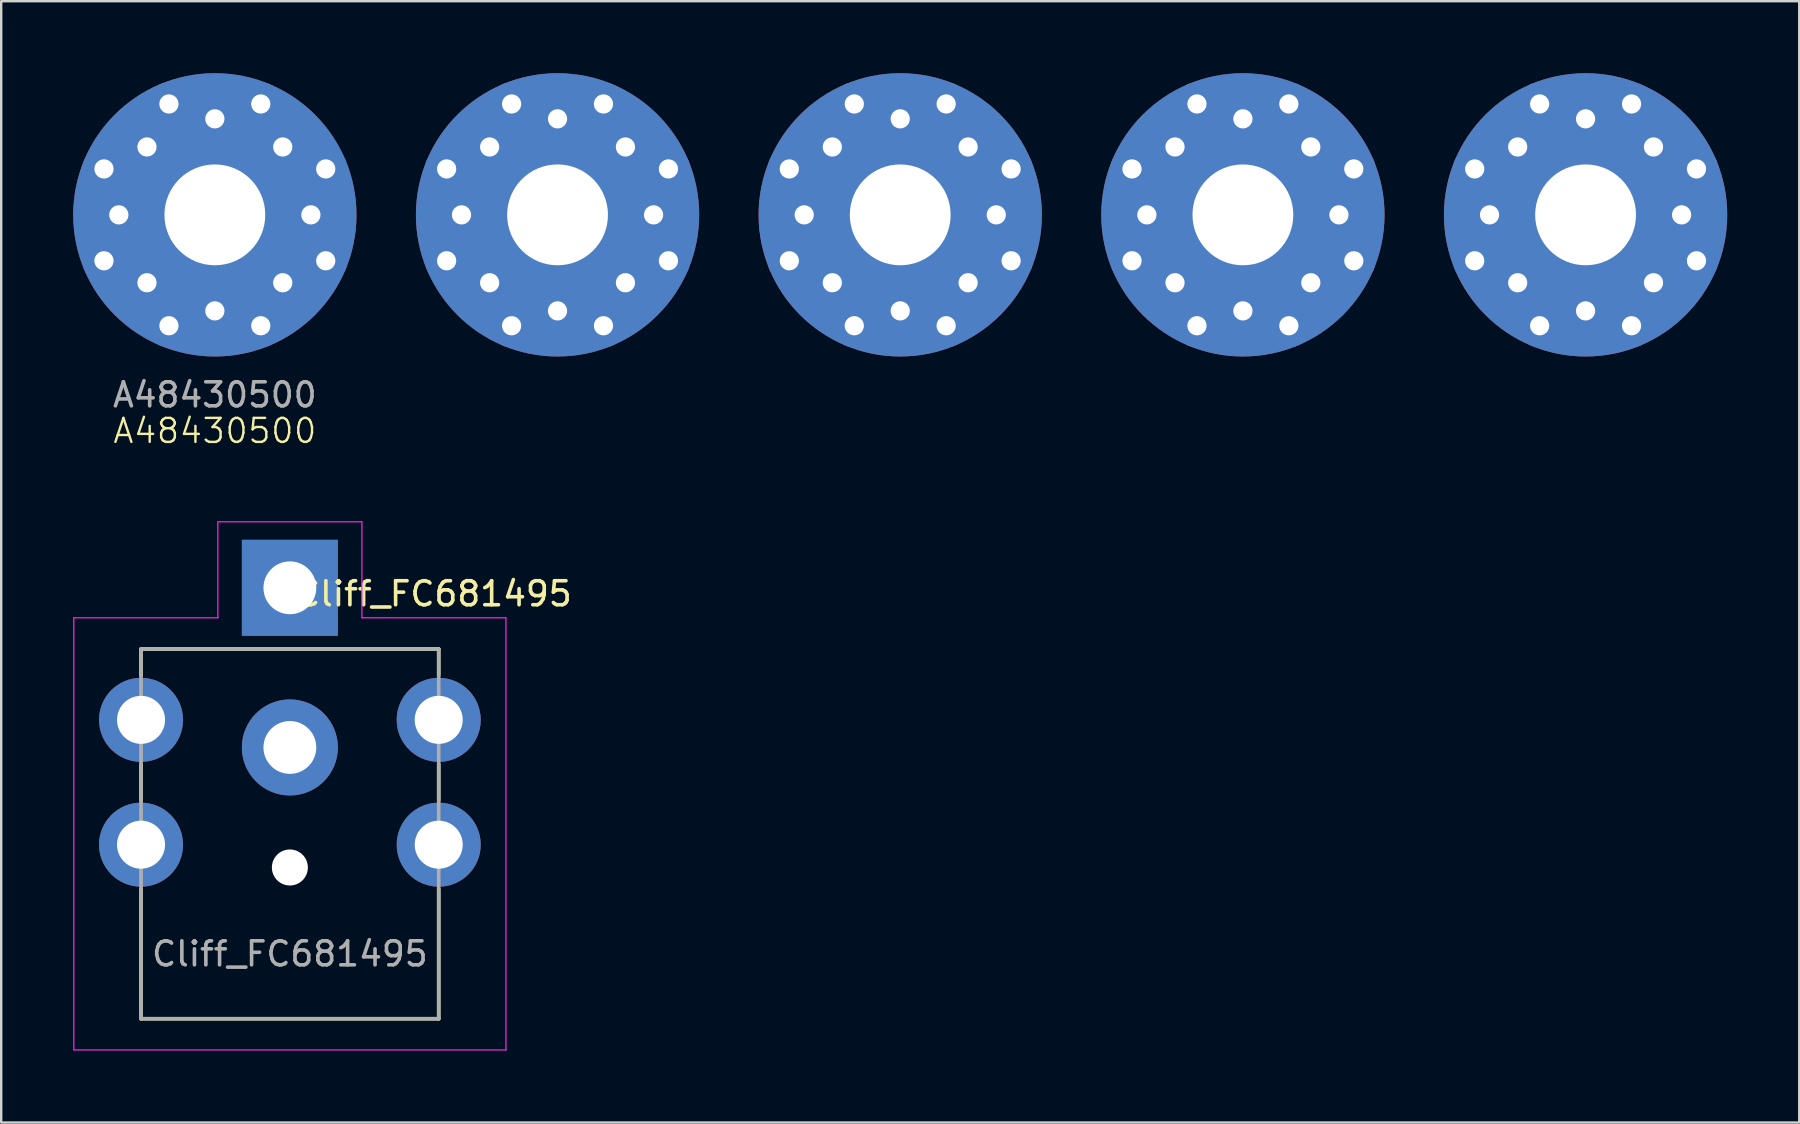
<source format=kicad_pcb>
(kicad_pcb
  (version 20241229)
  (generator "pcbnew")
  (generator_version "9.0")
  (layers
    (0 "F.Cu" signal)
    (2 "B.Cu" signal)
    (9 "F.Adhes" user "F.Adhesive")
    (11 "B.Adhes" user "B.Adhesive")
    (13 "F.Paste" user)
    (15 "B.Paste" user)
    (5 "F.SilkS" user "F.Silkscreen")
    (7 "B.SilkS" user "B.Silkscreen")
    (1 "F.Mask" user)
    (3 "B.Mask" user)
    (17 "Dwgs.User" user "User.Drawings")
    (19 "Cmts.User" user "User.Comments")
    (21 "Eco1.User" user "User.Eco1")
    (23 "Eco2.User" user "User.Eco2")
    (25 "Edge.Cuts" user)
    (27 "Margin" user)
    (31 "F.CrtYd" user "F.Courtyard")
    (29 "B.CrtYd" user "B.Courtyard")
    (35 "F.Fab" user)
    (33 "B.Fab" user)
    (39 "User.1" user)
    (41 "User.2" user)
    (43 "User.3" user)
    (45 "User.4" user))
  (footprint "Cliff_FC681495"
    (layer "F.Cu")
    (at 9.025 31.686)
    (property "Reference" "Cliff_FC681495" (at 6 -10 0) (layer "F.SilkS") (effects (font (size 1 1) (thickness 0.15))))
    (attr through_hole)
    (fp_line (start -6.2 -7.7) (end 6.2 -7.7) (stroke (width 0.15) (type solid)) (layer "F.SilkS"))
    (fp_line (start -6.2 -6.6) (end -6.2 -7.7) (stroke (width 0.15) (type solid)) (layer "F.SilkS"))
    (fp_line (start -6.2 -1.4) (end -6.2 -2.9) (stroke (width 0.15) (type solid)) (layer "F.SilkS"))
    (fp_line (start -6.2 7.7) (end -6.2 2.3) (stroke (width 0.15) (type solid)) (layer "F.SilkS"))
    (fp_line (start -6.2 7.7) (end 6.2 7.7) (stroke (width 0.15) (type solid)) (layer "F.SilkS"))
    (fp_line (start 6.2 -6.6) (end 6.2 -7.7) (stroke (width 0.15) (type solid)) (layer "F.SilkS"))
    (fp_line (start 6.2 -1.4) (end 6.2 -2.9) (stroke (width 0.15) (type solid)) (layer "F.SilkS"))
    (fp_line (start 6.2 7.7) (end 6.2 2.3) (stroke (width 0.15) (type solid)) (layer "F.SilkS"))
    (fp_line (start -9 -9) (end -3 -9) (stroke (width 0.05) (type solid)) (layer "F.CrtYd"))
    (fp_line (start -9 9) (end -9 -9) (stroke (width 0.05) (type solid)) (layer "F.CrtYd"))
    (fp_line (start -3 -13) (end 3 -13) (stroke (width 0.05) (type solid)) (layer "F.CrtYd"))
    (fp_line (start -3 -9) (end -3 -13) (stroke (width 0.05) (type solid)) (layer "F.CrtYd"))
    (fp_line (start 3 -13) (end 3 -9) (stroke (width 0.05) (type solid)) (layer "F.CrtYd"))
    (fp_line (start 3 -9) (end 9 -9) (stroke (width 0.05) (type solid)) (layer "F.CrtYd"))
    (fp_line (start 9 -9) (end 9 9) (stroke (width 0.05) (type solid)) (layer "F.CrtYd"))
    (fp_line (start 9 9) (end -9 9) (stroke (width 0.05) (type solid)) (layer "F.CrtYd"))
    (fp_line (start -6.2 -7.7) (end -6.2 7.7) (stroke (width 0.15) (type solid)) (layer "F.Fab"))
    (fp_line (start -6.2 7.7) (end 6.2 7.7) (stroke (width 0.15) (type solid)) (layer "F.Fab"))
    (fp_line (start 6.2 -7.7) (end -6.2 -7.7) (stroke (width 0.15) (type solid)) (layer "F.Fab"))
    (fp_line (start 6.2 7.7) (end 6.2 -7.7) (stroke (width 0.15) (type solid)) (layer "F.Fab"))
    (fp_text user "${REFERENCE}" (at 0 5 0) (layer "F.Fab") (effects (font (size 1 1) (thickness 0.15))))
    (pad "" np_thru_hole circle (at 0 1.4) (size 1.5 1.5) (drill 1.5) (layers "*.Cu" "*.Mask"))
    (pad "1" thru_hole rect (at 0 -10.25) (size 4 4) (drill 2.2) (layers "*.Cu" "*.Mask"))
    (pad "2" thru_hole circle (at 0 -3.6) (size 4 4) (drill 2.2) (layers "*.Cu" "*.Mask"))
    (pad "SH" thru_hole circle (at -6.2 -4.75) (size 3.5 3.5) (drill 2) (layers "*.Cu" "*.Mask"))
    (pad "SH" thru_hole circle (at -6.2 0.45) (size 3.5 3.5) (drill 2) (layers "*.Cu" "*.Mask"))
    (pad "SH" thru_hole circle (at 6.2 -4.75) (size 3.5 3.5) (drill 2) (layers "*.Cu" "*.Mask"))
    (pad "SH" thru_hole circle (at 6.2 0.45) (size 3.5 3.5) (drill 2) (layers "*.Cu" "*.Mask")))
  (footprint "A48430500"
    (layer "F.Cu")
    (at 5.9 5.9)
    (property "Reference" "A48430500" (at 0 9 0) (unlocked yes) (layer "F.SilkS") (effects (font (size 1 1) (thickness 0.1))))
    (attr through_hole)
    (fp_text user "${REFERENCE}" (at 0 7.5 0) (unlocked yes) (layer "F.Fab") (effects (font (size 1 1) (thickness 0.15))))
    (pad "1" thru_hole circle (at -4.619 -1.913 67.5) (size 1.8 1.8) (drill 0.8) (layers "*.Cu" "*.Mask"))
    (pad "1" thru_hole circle (at -4.619 1.913 112.5) (size 1.8 1.8) (drill 0.8) (layers "*.Cu" "*.Mask"))
    (pad "1" thru_hole circle (at -4 0 90) (size 1.8 1.8) (drill 0.8) (layers "*.Cu" "*.Mask"))
    (pad "1" thru_hole circle (at -2.828 -2.828 45) (size 1.8 1.8) (drill 0.8) (layers "*.Cu" "*.Mask"))
    (pad "1" thru_hole circle (at -2.828 2.828 135) (size 1.8 1.8) (drill 0.8) (layers "*.Cu" "*.Mask"))
    (pad "1" thru_hole circle (at -1.913 -4.619 22.5) (size 1.8 1.8) (drill 0.8) (layers "*.Cu" "*.Mask"))
    (pad "1" thru_hole circle (at -1.913 4.619 157.5) (size 1.8 1.8) (drill 0.8) (layers "*.Cu" "*.Mask"))
    (pad "1" thru_hole circle (at 0 -4) (size 1.8 1.8) (drill 0.8) (layers "*.Cu" "*.Mask"))
    (pad "1" thru_hole circle (at 0 0) (size 11.8 11.8) (drill 4.2) (layers "*.Cu" "*.Mask"))
    (pad "1" thru_hole circle (at 0 4) (size 1.8 1.8) (drill 0.8) (layers "*.Cu" "*.Mask"))
    (pad "1" thru_hole circle (at 1.913 -4.619 157.5) (size 1.8 1.8) (drill 0.8) (layers "*.Cu" "*.Mask"))
    (pad "1" thru_hole circle (at 1.913 4.619 22.5) (size 1.8 1.8) (drill 0.8) (layers "*.Cu" "*.Mask"))
    (pad "1" thru_hole circle (at 2.828 -2.828 135) (size 1.8 1.8) (drill 0.8) (layers "*.Cu" "*.Mask"))
    (pad "1" thru_hole circle (at 2.828 2.828 45) (size 1.8 1.8) (drill 0.8) (layers "*.Cu" "*.Mask"))
    (pad "1" thru_hole circle (at 4 0 90) (size 1.8 1.8) (drill 0.8) (layers "*.Cu" "*.Mask"))
    (pad "1" thru_hole circle (at 4.619 -1.913 112.5) (size 1.8 1.8) (drill 0.8) (layers "*.Cu" "*.Mask"))
    (pad "1" thru_hole circle (at 4.619 1.913 67.5) (size 1.8 1.8) (drill 0.8) (layers "*.Cu" "*.Mask"))
    (pad "2" thru_hole circle (at 9.655 -1.913 67.5) (size 1.8 1.8) (drill 0.8) (layers "*.Cu" "*.Mask"))
    (pad "2" thru_hole circle (at 9.655 1.913 112.5) (size 1.8 1.8) (drill 0.8) (layers "*.Cu" "*.Mask"))
    (pad "2" thru_hole circle (at 10.275 0 90) (size 1.8 1.8) (drill 0.8) (layers "*.Cu" "*.Mask"))
    (pad "2" thru_hole circle (at 11.446 -2.828 45) (size 1.8 1.8) (drill 0.8) (layers "*.Cu" "*.Mask"))
    (pad "2" thru_hole circle (at 11.446 2.828 135) (size 1.8 1.8) (drill 0.8) (layers "*.Cu" "*.Mask"))
    (pad "2" thru_hole circle (at 12.361 -4.619 22.5) (size 1.8 1.8) (drill 0.8) (layers "*.Cu" "*.Mask"))
    (pad "2" thru_hole circle (at 12.361 4.619 157.5) (size 1.8 1.8) (drill 0.8) (layers "*.Cu" "*.Mask"))
    (pad "2" thru_hole circle (at 14.275 -4) (size 1.8 1.8) (drill 0.8) (layers "*.Cu" "*.Mask"))
    (pad "2" thru_hole circle (at 14.275 0) (size 11.8 11.8) (drill 4.2) (layers "*.Cu" "*.Mask"))
    (pad "2" thru_hole circle (at 14.275 4) (size 1.8 1.8) (drill 0.8) (layers "*.Cu" "*.Mask"))
    (pad "2" thru_hole circle (at 16.188 -4.619 157.5) (size 1.8 1.8) (drill 0.8) (layers "*.Cu" "*.Mask"))
    (pad "2" thru_hole circle (at 16.188 4.619 22.5) (size 1.8 1.8) (drill 0.8) (layers "*.Cu" "*.Mask"))
    (pad "2" thru_hole circle (at 17.103 -2.828 135) (size 1.8 1.8) (drill 0.8) (layers "*.Cu" "*.Mask"))
    (pad "2" thru_hole circle (at 17.103 2.828 45) (size 1.8 1.8) (drill 0.8) (layers "*.Cu" "*.Mask"))
    (pad "2" thru_hole circle (at 18.275 0 90) (size 1.8 1.8) (drill 0.8) (layers "*.Cu" "*.Mask"))
    (pad "2" thru_hole circle (at 18.894 -1.913 112.5) (size 1.8 1.8) (drill 0.8) (layers "*.Cu" "*.Mask"))
    (pad "2" thru_hole circle (at 18.894 1.913 67.5) (size 1.8 1.8) (drill 0.8) (layers "*.Cu" "*.Mask"))
    (pad "3" thru_hole circle (at 23.93 -1.913 67.5) (size 1.8 1.8) (drill 0.8) (layers "*.Cu" "*.Mask"))
    (pad "3" thru_hole circle (at 23.93 1.913 112.5) (size 1.8 1.8) (drill 0.8) (layers "*.Cu" "*.Mask"))
    (pad "3" thru_hole circle (at 24.55 0 90) (size 1.8 1.8) (drill 0.8) (layers "*.Cu" "*.Mask"))
    (pad "3" thru_hole circle (at 25.721 -2.828 45) (size 1.8 1.8) (drill 0.8) (layers "*.Cu" "*.Mask"))
    (pad "3" thru_hole circle (at 25.721 2.828 135) (size 1.8 1.8) (drill 0.8) (layers "*.Cu" "*.Mask"))
    (pad "3" thru_hole circle (at 26.636 -4.619 22.5) (size 1.8 1.8) (drill 0.8) (layers "*.Cu" "*.Mask"))
    (pad "3" thru_hole circle (at 26.636 4.619 157.5) (size 1.8 1.8) (drill 0.8) (layers "*.Cu" "*.Mask"))
    (pad "3" thru_hole circle (at 28.55 -4) (size 1.8 1.8) (drill 0.8) (layers "*.Cu" "*.Mask"))
    (pad "3" thru_hole circle (at 28.55 0) (size 11.8 11.8) (drill 4.2) (layers "*.Cu" "*.Mask"))
    (pad "3" thru_hole circle (at 28.55 4) (size 1.8 1.8) (drill 0.8) (layers "*.Cu" "*.Mask"))
    (pad "3" thru_hole circle (at 30.463 -4.619 157.5) (size 1.8 1.8) (drill 0.8) (layers "*.Cu" "*.Mask"))
    (pad "3" thru_hole circle (at 30.463 4.619 22.5) (size 1.8 1.8) (drill 0.8) (layers "*.Cu" "*.Mask"))
    (pad "3" thru_hole circle (at 31.378 -2.828 135) (size 1.8 1.8) (drill 0.8) (layers "*.Cu" "*.Mask"))
    (pad "3" thru_hole circle (at 31.378 2.828 45) (size 1.8 1.8) (drill 0.8) (layers "*.Cu" "*.Mask"))
    (pad "3" thru_hole circle (at 32.55 0 90) (size 1.8 1.8) (drill 0.8) (layers "*.Cu" "*.Mask"))
    (pad "3" thru_hole circle (at 33.169 -1.913 112.5) (size 1.8 1.8) (drill 0.8) (layers "*.Cu" "*.Mask"))
    (pad "3" thru_hole circle (at 33.169 1.913 67.5) (size 1.8 1.8) (drill 0.8) (layers "*.Cu" "*.Mask"))
    (pad "4" thru_hole circle (at 38.205 -1.913 67.5) (size 1.8 1.8) (drill 0.8) (layers "*.Cu" "*.Mask"))
    (pad "4" thru_hole circle (at 38.205 1.913 112.5) (size 1.8 1.8) (drill 0.8) (layers "*.Cu" "*.Mask"))
    (pad "4" thru_hole circle (at 38.824 0 90) (size 1.8 1.8) (drill 0.8) (layers "*.Cu" "*.Mask"))
    (pad "4" thru_hole circle (at 39.996 -2.828 45) (size 1.8 1.8) (drill 0.8) (layers "*.Cu" "*.Mask"))
    (pad "4" thru_hole circle (at 39.996 2.828 135) (size 1.8 1.8) (drill 0.8) (layers "*.Cu" "*.Mask"))
    (pad "4" thru_hole circle (at 40.911 -4.619 22.5) (size 1.8 1.8) (drill 0.8) (layers "*.Cu" "*.Mask"))
    (pad "4" thru_hole circle (at 40.911 4.619 157.5) (size 1.8 1.8) (drill 0.8) (layers "*.Cu" "*.Mask"))
    (pad "4" thru_hole circle (at 42.824 -4) (size 1.8 1.8) (drill 0.8) (layers "*.Cu" "*.Mask"))
    (pad "4" thru_hole circle (at 42.824 0) (size 11.8 11.8) (drill 4.2) (layers "*.Cu" "*.Mask"))
    (pad "4" thru_hole circle (at 42.824 4) (size 1.8 1.8) (drill 0.8) (layers "*.Cu" "*.Mask"))
    (pad "4" thru_hole circle (at 44.738 -4.619 157.5) (size 1.8 1.8) (drill 0.8) (layers "*.Cu" "*.Mask"))
    (pad "4" thru_hole circle (at 44.738 4.619 22.5) (size 1.8 1.8) (drill 0.8) (layers "*.Cu" "*.Mask"))
    (pad "4" thru_hole circle (at 45.653 -2.828 135) (size 1.8 1.8) (drill 0.8) (layers "*.Cu" "*.Mask"))
    (pad "4" thru_hole circle (at 45.653 2.828 45) (size 1.8 1.8) (drill 0.8) (layers "*.Cu" "*.Mask"))
    (pad "4" thru_hole circle (at 46.824 0 90) (size 1.8 1.8) (drill 0.8) (layers "*.Cu" "*.Mask"))
    (pad "4" thru_hole circle (at 47.444 -1.913 112.5) (size 1.8 1.8) (drill 0.8) (layers "*.Cu" "*.Mask"))
    (pad "4" thru_hole circle (at 47.444 1.913 67.5) (size 1.8 1.8) (drill 0.8) (layers "*.Cu" "*.Mask"))
    (pad "5" thru_hole circle (at 52.48 -1.913 67.5) (size 1.8 1.8) (drill 0.8) (layers "*.Cu" "*.Mask"))
    (pad "5" thru_hole circle (at 52.48 1.913 112.5) (size 1.8 1.8) (drill 0.8) (layers "*.Cu" "*.Mask"))
    (pad "5" thru_hole circle (at 53.099 0 90) (size 1.8 1.8) (drill 0.8) (layers "*.Cu" "*.Mask"))
    (pad "5" thru_hole circle (at 54.271 -2.828 45) (size 1.8 1.8) (drill 0.8) (layers "*.Cu" "*.Mask"))
    (pad "5" thru_hole circle (at 54.271 2.828 135) (size 1.8 1.8) (drill 0.8) (layers "*.Cu" "*.Mask"))
    (pad "5" thru_hole circle (at 55.186 -4.619 22.5) (size 1.8 1.8) (drill 0.8) (layers "*.Cu" "*.Mask"))
    (pad "5" thru_hole circle (at 55.186 4.619 157.5) (size 1.8 1.8) (drill 0.8) (layers "*.Cu" "*.Mask"))
    (pad "5" thru_hole circle (at 57.099 -4) (size 1.8 1.8) (drill 0.8) (layers "*.Cu" "*.Mask"))
    (pad "5" thru_hole circle (at 57.099 0) (size 11.8 11.8) (drill 4.2) (layers "*.Cu" "*.Mask"))
    (pad "5" thru_hole circle (at 57.099 4) (size 1.8 1.8) (drill 0.8) (layers "*.Cu" "*.Mask"))
    (pad "5" thru_hole circle (at 59.013 -4.619 157.5) (size 1.8 1.8) (drill 0.8) (layers "*.Cu" "*.Mask"))
    (pad "5" thru_hole circle (at 59.013 4.619 22.5) (size 1.8 1.8) (drill 0.8) (layers "*.Cu" "*.Mask"))
    (pad "5" thru_hole circle (at 59.928 -2.828 135) (size 1.8 1.8) (drill 0.8) (layers "*.Cu" "*.Mask"))
    (pad "5" thru_hole circle (at 59.928 2.828 45) (size 1.8 1.8) (drill 0.8) (layers "*.Cu" "*.Mask"))
    (pad "5" thru_hole circle (at 61.099 0 90) (size 1.8 1.8) (drill 0.8) (layers "*.Cu" "*.Mask"))
    (pad "5" thru_hole circle (at 61.719 -1.913 112.5) (size 1.8 1.8) (drill 0.8) (layers "*.Cu" "*.Mask"))
    (pad "5" thru_hole circle (at 61.719 1.913 67.5) (size 1.8 1.8) (drill 0.8) (layers "*.Cu" "*.Mask")))
  (gr_rect
    (start -3 -3)
    (end 71.899 43.711)
    (stroke (width 0.1) (type default))
    (fill no)
    (layer "Edge.Cuts")))
</source>
